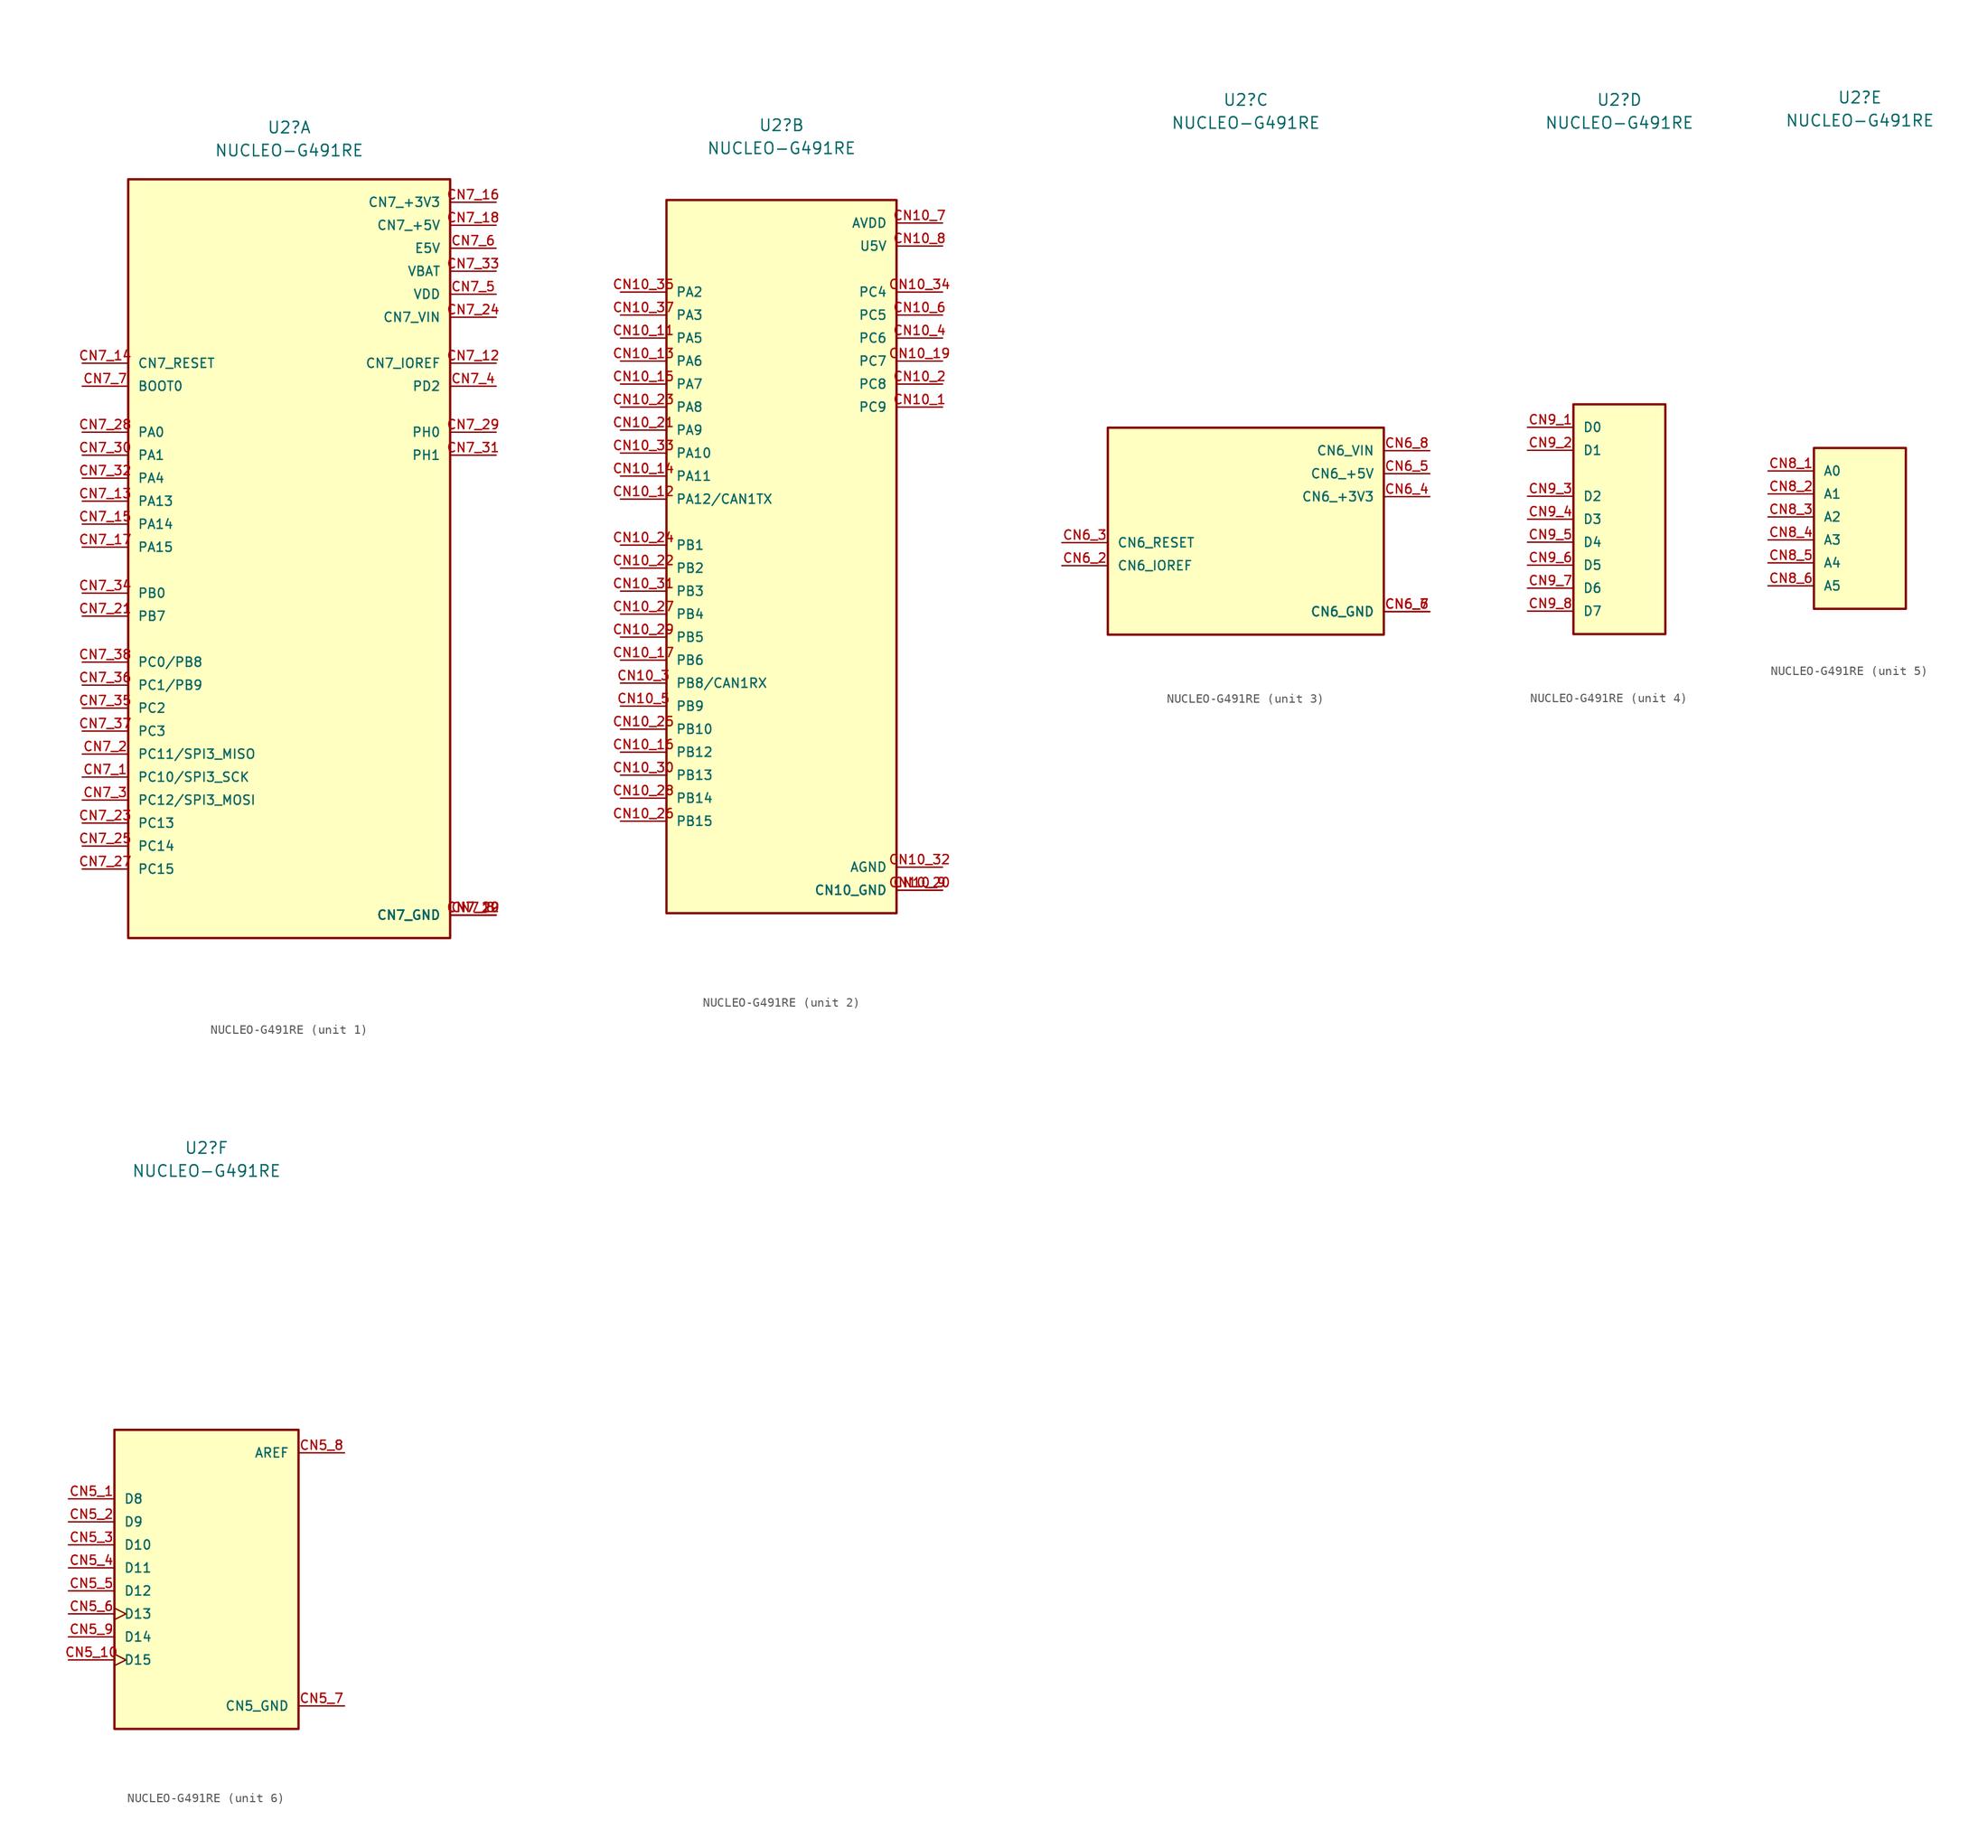
<source format=kicad_sym>
(kicad_symbol_lib
  (version 20220914)
  (generator kicad_symbol_editor)
  (symbol "NUCLEO-G491RE"
    (pin_names
      (offset 1.016))
    (property "Reference" "U2"
      (at 0 46.355 0)
      (effects (font (size 1.27 1.27))))
    (property "Value" "NUCLEO-G491RE"
      (at 0 43.815 0)
      (effects (font (size 1.27 1.27))))
    (symbol "NUCLEO-G491RE_1_0"
      (rectangle (start -17.78 -43.18) (end 17.78 40.64) (stroke (width 0.254) (type default)) (fill (type background)))
      (pin bidirectional line (at -22.86 -25.4 0) (length 5.08) (name "PC10/SPI3_SCK" (effects (font (size 1.016 1.016)))) (number "CN7_1" (effects (font (size 1.016 1.016)))))
      (pin bidirectional line (at 22.86 20.32 180) (length 5.08) (name "CN7_IOREF" (effects (font (size 1.016 1.016)))) (number "CN7_12" (effects (font (size 1.016 1.016)))))
      (pin bidirectional line (at -22.86 5.08 0) (length 5.08) (name "PA13" (effects (font (size 1.016 1.016)))) (number "CN7_13" (effects (font (size 1.016 1.016)))))
      (pin bidirectional line (at -22.86 20.32 0) (length 5.08) (name "CN7_RESET" (effects (font (size 1.016 1.016)))) (number "CN7_14" (effects (font (size 1.016 1.016)))))
      (pin bidirectional line (at -22.86 2.54 0) (length 5.08) (name "PA14" (effects (font (size 1.016 1.016)))) (number "CN7_15" (effects (font (size 1.016 1.016)))))
      (pin power_in line (at 22.86 38.1 180) (length 5.08) (name "CN7_+3V3" (effects (font (size 1.016 1.016)))) (number "CN7_16" (effects (font (size 1.016 1.016)))))
      (pin bidirectional line (at -22.86 0 0) (length 5.08) (name "PA15" (effects (font (size 1.016 1.016)))) (number "CN7_17" (effects (font (size 1.016 1.016)))))
      (pin power_in line (at 22.86 35.56 180) (length 5.08) (name "CN7_+5V" (effects (font (size 1.016 1.016)))) (number "CN7_18" (effects (font (size 1.016 1.016)))))
      (pin power_in line (at 22.86 -40.64 180) (length 5.08) (name "CN7_GND" (effects (font (size 1.016 1.016)))) (number "CN7_19" (effects (font (size 1.016 1.016)))))
      (pin bidirectional line (at -22.86 -22.86 0) (length 5.08) (name "PC11/SPI3_MISO" (effects (font (size 1.016 1.016)))) (number "CN7_2" (effects (font (size 1.016 1.016)))))
      (pin power_in line (at 22.86 -40.64 180) (length 5.08) (name "CN7_GND" (effects (font (size 1.016 1.016)))) (number "CN7_20" (effects (font (size 1.016 1.016)))))
      (pin bidirectional line (at -22.86 -7.62 0) (length 5.08) (name "PB7" (effects (font (size 1.016 1.016)))) (number "CN7_21" (effects (font (size 1.016 1.016)))))
      (pin power_in line (at 22.86 -40.64 180) (length 5.08) (name "CN7_GND" (effects (font (size 1.016 1.016)))) (number "CN7_22" (effects (font (size 1.016 1.016)))))
      (pin bidirectional line (at -22.86 -30.48 0) (length 5.08) (name "PC13" (effects (font (size 1.016 1.016)))) (number "CN7_23" (effects (font (size 1.016 1.016)))))
      (pin power_in line (at 22.86 25.4 180) (length 5.08) (name "CN7_VIN" (effects (font (size 1.016 1.016)))) (number "CN7_24" (effects (font (size 1.016 1.016)))))
      (pin bidirectional line (at -22.86 -33.02 0) (length 5.08) (name "PC14" (effects (font (size 1.016 1.016)))) (number "CN7_25" (effects (font (size 1.016 1.016)))))
      (pin bidirectional line (at -22.86 -35.56 0) (length 5.08) (name "PC15" (effects (font (size 1.016 1.016)))) (number "CN7_27" (effects (font (size 1.016 1.016)))))
      (pin bidirectional line (at -22.86 12.7 0) (length 5.08) (name "PA0" (effects (font (size 1.016 1.016)))) (number "CN7_28" (effects (font (size 1.016 1.016)))))
      (pin bidirectional line (at 22.86 12.7 180) (length 5.08) (name "PH0" (effects (font (size 1.016 1.016)))) (number "CN7_29" (effects (font (size 1.016 1.016)))))
      (pin bidirectional line (at -22.86 -27.94 0) (length 5.08) (name "PC12/SPI3_MOSI" (effects (font (size 1.016 1.016)))) (number "CN7_3" (effects (font (size 1.016 1.016)))))
      (pin bidirectional line (at -22.86 10.16 0) (length 5.08) (name "PA1" (effects (font (size 1.016 1.016)))) (number "CN7_30" (effects (font (size 1.016 1.016)))))
      (pin bidirectional line (at 22.86 10.16 180) (length 5.08) (name "PH1" (effects (font (size 1.016 1.016)))) (number "CN7_31" (effects (font (size 1.016 1.016)))))
      (pin bidirectional line (at -22.86 7.62 0) (length 5.08) (name "PA4" (effects (font (size 1.016 1.016)))) (number "CN7_32" (effects (font (size 1.016 1.016)))))
      (pin power_in line (at 22.86 30.48 180) (length 5.08) (name "VBAT" (effects (font (size 1.016 1.016)))) (number "CN7_33" (effects (font (size 1.016 1.016)))))
      (pin bidirectional line (at -22.86 -5.08 0) (length 5.08) (name "PB0" (effects (font (size 1.016 1.016)))) (number "CN7_34" (effects (font (size 1.016 1.016)))))
      (pin bidirectional line (at -22.86 -17.78 0) (length 5.08) (name "PC2" (effects (font (size 1.016 1.016)))) (number "CN7_35" (effects (font (size 1.016 1.016)))))
      (pin bidirectional line (at -22.86 -15.24 0) (length 5.08) (name "PC1/PB9" (effects (font (size 1.016 1.016)))) (number "CN7_36" (effects (font (size 1.016 1.016)))))
      (pin bidirectional line (at -22.86 -20.32 0) (length 5.08) (name "PC3" (effects (font (size 1.016 1.016)))) (number "CN7_37" (effects (font (size 1.016 1.016)))))
      (pin bidirectional line (at -22.86 -12.7 0) (length 5.08) (name "PC0/PB8" (effects (font (size 1.016 1.016)))) (number "CN7_38" (effects (font (size 1.016 1.016)))))
      (pin bidirectional line (at 22.86 17.78 180) (length 5.08) (name "PD2" (effects (font (size 1.016 1.016)))) (number "CN7_4" (effects (font (size 1.016 1.016)))))
      (pin power_in line (at 22.86 27.94 180) (length 5.08) (name "VDD" (effects (font (size 1.016 1.016)))) (number "CN7_5" (effects (font (size 1.016 1.016)))))
      (pin power_in line (at 22.86 33.02 180) (length 5.08) (name "E5V" (effects (font (size 1.016 1.016)))) (number "CN7_6" (effects (font (size 1.016 1.016)))))
      (pin bidirectional line (at -22.86 17.78 0) (length 5.08) (name "BOOT0" (effects (font (size 1.016 1.016)))) (number "CN7_7" (effects (font (size 1.016 1.016)))))
      (pin power_in line (at 22.86 -40.64 180) (length 5.08) (name "CN7_GND" (effects (font (size 1.016 1.016)))) (number "CN7_8" (effects (font (size 1.016 1.016))))))
    (symbol "NUCLEO-G491RE_2_0"
      (rectangle (start -12.7 -40.64) (end 12.7 38.1) (stroke (width 0.254) (type default)) (fill (type background)))
      (pin bidirectional line (at 17.78 15.24 180) (length 5.08) (name "PC9" (effects (font (size 1.016 1.016)))) (number "CN10_1" (effects (font (size 1.016 1.016)))))
      (pin bidirectional line (at -17.78 22.86 0) (length 5.08) (name "PA5" (effects (font (size 1.016 1.016)))) (number "CN10_11" (effects (font (size 1.016 1.016)))))
      (pin bidirectional line (at -17.78 5.08 0) (length 5.08) (name "PA12/CAN1TX" (effects (font (size 1.016 1.016)))) (number "CN10_12" (effects (font (size 1.016 1.016)))))
      (pin bidirectional line (at -17.78 20.32 0) (length 5.08) (name "PA6" (effects (font (size 1.016 1.016)))) (number "CN10_13" (effects (font (size 1.016 1.016)))))
      (pin bidirectional line (at -17.78 7.62 0) (length 5.08) (name "PA11" (effects (font (size 1.016 1.016)))) (number "CN10_14" (effects (font (size 1.016 1.016)))))
      (pin bidirectional line (at -17.78 17.78 0) (length 5.08) (name "PA7" (effects (font (size 1.016 1.016)))) (number "CN10_15" (effects (font (size 1.016 1.016)))))
      (pin bidirectional line (at -17.78 -22.86 0) (length 5.08) (name "PB12" (effects (font (size 1.016 1.016)))) (number "CN10_16" (effects (font (size 1.016 1.016)))))
      (pin bidirectional line (at -17.78 -12.7 0) (length 5.08) (name "PB6" (effects (font (size 1.016 1.016)))) (number "CN10_17" (effects (font (size 1.016 1.016)))))
      (pin bidirectional line (at 17.78 20.32 180) (length 5.08) (name "PC7" (effects (font (size 1.016 1.016)))) (number "CN10_19" (effects (font (size 1.016 1.016)))))
      (pin bidirectional line (at 17.78 17.78 180) (length 5.08) (name "PC8" (effects (font (size 1.016 1.016)))) (number "CN10_2" (effects (font (size 1.016 1.016)))))
      (pin power_in line (at 17.78 -38.1 180) (length 5.08) (name "CN10_GND" (effects (font (size 1.016 1.016)))) (number "CN10_20" (effects (font (size 1.016 1.016)))))
      (pin bidirectional line (at -17.78 12.7 0) (length 5.08) (name "PA9" (effects (font (size 1.016 1.016)))) (number "CN10_21" (effects (font (size 1.016 1.016)))))
      (pin bidirectional line (at -17.78 -2.54 0) (length 5.08) (name "PB2" (effects (font (size 1.016 1.016)))) (number "CN10_22" (effects (font (size 1.016 1.016)))))
      (pin bidirectional line (at -17.78 15.24 0) (length 5.08) (name "PA8" (effects (font (size 1.016 1.016)))) (number "CN10_23" (effects (font (size 1.016 1.016)))))
      (pin bidirectional line (at -17.78 0 0) (length 5.08) (name "PB1" (effects (font (size 1.016 1.016)))) (number "CN10_24" (effects (font (size 1.016 1.016)))))
      (pin bidirectional line (at -17.78 -20.32 0) (length 5.08) (name "PB10" (effects (font (size 1.016 1.016)))) (number "CN10_25" (effects (font (size 1.016 1.016)))))
      (pin bidirectional line (at -17.78 -30.48 0) (length 5.08) (name "PB15" (effects (font (size 1.016 1.016)))) (number "CN10_26" (effects (font (size 1.016 1.016)))))
      (pin bidirectional line (at -17.78 -7.62 0) (length 5.08) (name "PB4" (effects (font (size 1.016 1.016)))) (number "CN10_27" (effects (font (size 1.016 1.016)))))
      (pin bidirectional line (at -17.78 -27.94 0) (length 5.08) (name "PB14" (effects (font (size 1.016 1.016)))) (number "CN10_28" (effects (font (size 1.016 1.016)))))
      (pin bidirectional line (at -17.78 -10.16 0) (length 5.08) (name "PB5" (effects (font (size 1.016 1.016)))) (number "CN10_29" (effects (font (size 1.016 1.016)))))
      (pin bidirectional line (at -17.78 -15.24 0) (length 5.08) (name "PB8/CAN1RX" (effects (font (size 1.016 1.016)))) (number "CN10_3" (effects (font (size 1.016 1.016)))))
      (pin bidirectional line (at -17.78 -25.4 0) (length 5.08) (name "PB13" (effects (font (size 1.016 1.016)))) (number "CN10_30" (effects (font (size 1.016 1.016)))))
      (pin bidirectional line (at -17.78 -5.08 0) (length 5.08) (name "PB3" (effects (font (size 1.016 1.016)))) (number "CN10_31" (effects (font (size 1.016 1.016)))))
      (pin power_in line (at 17.78 -35.56 180) (length 5.08) (name "AGND" (effects (font (size 1.016 1.016)))) (number "CN10_32" (effects (font (size 1.016 1.016)))))
      (pin bidirectional line (at -17.78 10.16 0) (length 5.08) (name "PA10" (effects (font (size 1.016 1.016)))) (number "CN10_33" (effects (font (size 1.016 1.016)))))
      (pin bidirectional line (at 17.78 27.94 180) (length 5.08) (name "PC4" (effects (font (size 1.016 1.016)))) (number "CN10_34" (effects (font (size 1.016 1.016)))))
      (pin bidirectional line (at -17.78 27.94 0) (length 5.08) (name "PA2" (effects (font (size 1.016 1.016)))) (number "CN10_35" (effects (font (size 1.016 1.016)))))
      (pin bidirectional line (at -17.78 25.4 0) (length 5.08) (name "PA3" (effects (font (size 1.016 1.016)))) (number "CN10_37" (effects (font (size 1.016 1.016)))))
      (pin bidirectional line (at 17.78 22.86 180) (length 5.08) (name "PC6" (effects (font (size 1.016 1.016)))) (number "CN10_4" (effects (font (size 1.016 1.016)))))
      (pin bidirectional line (at -17.78 -17.78 0) (length 5.08) (name "PB9" (effects (font (size 1.016 1.016)))) (number "CN10_5" (effects (font (size 1.016 1.016)))))
      (pin bidirectional line (at 17.78 25.4 180) (length 5.08) (name "PC5" (effects (font (size 1.016 1.016)))) (number "CN10_6" (effects (font (size 1.016 1.016)))))
      (pin power_in line (at 17.78 35.56 180) (length 5.08) (name "AVDD" (effects (font (size 1.016 1.016)))) (number "CN10_7" (effects (font (size 1.016 1.016)))))
      (pin power_in line (at 17.78 33.02 180) (length 5.08) (name "U5V" (effects (font (size 1.016 1.016)))) (number "CN10_8" (effects (font (size 1.016 1.016)))))
      (pin power_in line (at 17.78 -38.1 180) (length 5.08) (name "CN10_GND" (effects (font (size 1.016 1.016)))) (number "CN10_9" (effects (font (size 1.016 1.016))))))
    (symbol "NUCLEO-G491RE_3_0"
      (rectangle (start -15.24 -12.7) (end 15.24 10.16) (stroke (width 0.254) (type default)) (fill (type background)))
      (pin bidirectional line (at -20.32 -5.08 0) (length 5.08) (name "CN6_IOREF" (effects (font (size 1.016 1.016)))) (number "CN6_2" (effects (font (size 1.016 1.016)))))
      (pin bidirectional line (at -20.32 -2.54 0) (length 5.08) (name "CN6_RESET" (effects (font (size 1.016 1.016)))) (number "CN6_3" (effects (font (size 1.016 1.016)))))
      (pin power_in line (at 20.32 2.54 180) (length 5.08) (name "CN6_+3V3" (effects (font (size 1.016 1.016)))) (number "CN6_4" (effects (font (size 1.016 1.016)))))
      (pin power_in line (at 20.32 5.08 180) (length 5.08) (name "CN6_+5V" (effects (font (size 1.016 1.016)))) (number "CN6_5" (effects (font (size 1.016 1.016)))))
      (pin power_in line (at 20.32 -10.16 180) (length 5.08) (name "CN6_GND" (effects (font (size 1.016 1.016)))) (number "CN6_6" (effects (font (size 1.016 1.016)))))
      (pin power_in line (at 20.32 -10.16 180) (length 5.08) (name "CN6_GND" (effects (font (size 1.016 1.016)))) (number "CN6_7" (effects (font (size 1.016 1.016)))))
      (pin power_in line (at 20.32 7.62 180) (length 5.08) (name "CN6_VIN" (effects (font (size 1.016 1.016)))) (number "CN6_8" (effects (font (size 1.016 1.016))))))
    (symbol "NUCLEO-G491RE_4_0"
      (rectangle (start -5.08 -12.7) (end 5.08 12.7) (stroke (width 0.254) (type default)) (fill (type background)))
      (pin input line (at -10.16 10.16 0) (length 5.08) (name "D0" (effects (font (size 1.016 1.016)))) (number "CN9_1" (effects (font (size 1.016 1.016)))))
      (pin output line (at -10.16 7.62 0) (length 5.08) (name "D1" (effects (font (size 1.016 1.016)))) (number "CN9_2" (effects (font (size 1.016 1.016)))))
      (pin bidirectional line (at -10.16 2.54 0) (length 5.08) (name "D2" (effects (font (size 1.016 1.016)))) (number "CN9_3" (effects (font (size 1.016 1.016)))))
      (pin bidirectional line (at -10.16 0 0) (length 5.08) (name "D3" (effects (font (size 1.016 1.016)))) (number "CN9_4" (effects (font (size 1.016 1.016)))))
      (pin bidirectional line (at -10.16 -2.54 0) (length 5.08) (name "D4" (effects (font (size 1.016 1.016)))) (number "CN9_5" (effects (font (size 1.016 1.016)))))
      (pin bidirectional line (at -10.16 -5.08 0) (length 5.08) (name "D5" (effects (font (size 1.016 1.016)))) (number "CN9_6" (effects (font (size 1.016 1.016)))))
      (pin bidirectional line (at -10.16 -7.62 0) (length 5.08) (name "D6" (effects (font (size 1.016 1.016)))) (number "CN9_7" (effects (font (size 1.016 1.016)))))
      (pin bidirectional line (at -10.16 -10.16 0) (length 5.08) (name "D7" (effects (font (size 1.016 1.016)))) (number "CN9_8" (effects (font (size 1.016 1.016))))))
    (symbol "NUCLEO-G491RE_5_0"
      (rectangle (start -5.08 -10.16) (end 5.08 7.62) (stroke (width 0.254) (type default)) (fill (type background)))
      (pin input line (at -10.16 5.08 0) (length 5.08) (name "A0" (effects (font (size 1.016 1.016)))) (number "CN8_1" (effects (font (size 1.016 1.016)))))
      (pin input line (at -10.16 2.54 0) (length 5.08) (name "A1" (effects (font (size 1.016 1.016)))) (number "CN8_2" (effects (font (size 1.016 1.016)))))
      (pin input line (at -10.16 0 0) (length 5.08) (name "A2" (effects (font (size 1.016 1.016)))) (number "CN8_3" (effects (font (size 1.016 1.016)))))
      (pin input line (at -10.16 -2.54 0) (length 5.08) (name "A3" (effects (font (size 1.016 1.016)))) (number "CN8_4" (effects (font (size 1.016 1.016)))))
      (pin input line (at -10.16 -5.08 0) (length 5.08) (name "A4" (effects (font (size 1.016 1.016)))) (number "CN8_5" (effects (font (size 1.016 1.016)))))
      (pin input line (at -10.16 -7.62 0) (length 5.08) (name "A5" (effects (font (size 1.016 1.016)))) (number "CN8_6" (effects (font (size 1.016 1.016))))))
    (symbol "NUCLEO-G491RE_6_0"
      (rectangle (start -10.16 -17.78) (end 10.16 15.24) (stroke (width 0.254) (type default)) (fill (type background)))
      (pin bidirectional line (at -15.24 7.62 0) (length 5.08) (name "D8" (effects (font (size 1.016 1.016)))) (number "CN5_1" (effects (font (size 1.016 1.016)))))
      (pin bidirectional clock (at -15.24 -10.16 0) (length 5.08) (name "D15" (effects (font (size 1.016 1.016)))) (number "CN5_10" (effects (font (size 1.016 1.016)))))
      (pin bidirectional line (at -15.24 5.08 0) (length 5.08) (name "D9" (effects (font (size 1.016 1.016)))) (number "CN5_2" (effects (font (size 1.016 1.016)))))
      (pin bidirectional line (at -15.24 2.54 0) (length 5.08) (name "D10" (effects (font (size 1.016 1.016)))) (number "CN5_3" (effects (font (size 1.016 1.016)))))
      (pin bidirectional line (at -15.24 0 0) (length 5.08) (name "D11" (effects (font (size 1.016 1.016)))) (number "CN5_4" (effects (font (size 1.016 1.016)))))
      (pin bidirectional line (at -15.24 -2.54 0) (length 5.08) (name "D12" (effects (font (size 1.016 1.016)))) (number "CN5_5" (effects (font (size 1.016 1.016)))))
      (pin bidirectional clock (at -15.24 -5.08 0) (length 5.08) (name "D13" (effects (font (size 1.016 1.016)))) (number "CN5_6" (effects (font (size 1.016 1.016)))))
      (pin power_in line (at 15.24 -15.24 180) (length 5.08) (name "CN5_GND" (effects (font (size 1.016 1.016)))) (number "CN5_7" (effects (font (size 1.016 1.016)))))
      (pin power_in line (at 15.24 12.7 180) (length 5.08) (name "AREF" (effects (font (size 1.016 1.016)))) (number "CN5_8" (effects (font (size 1.016 1.016)))))
      (pin bidirectional line (at -15.24 -7.62 0) (length 5.08) (name "D14" (effects (font (size 1.016 1.016)))) (number "CN5_9" (effects (font (size 1.016 1.016))))))))
</source>
